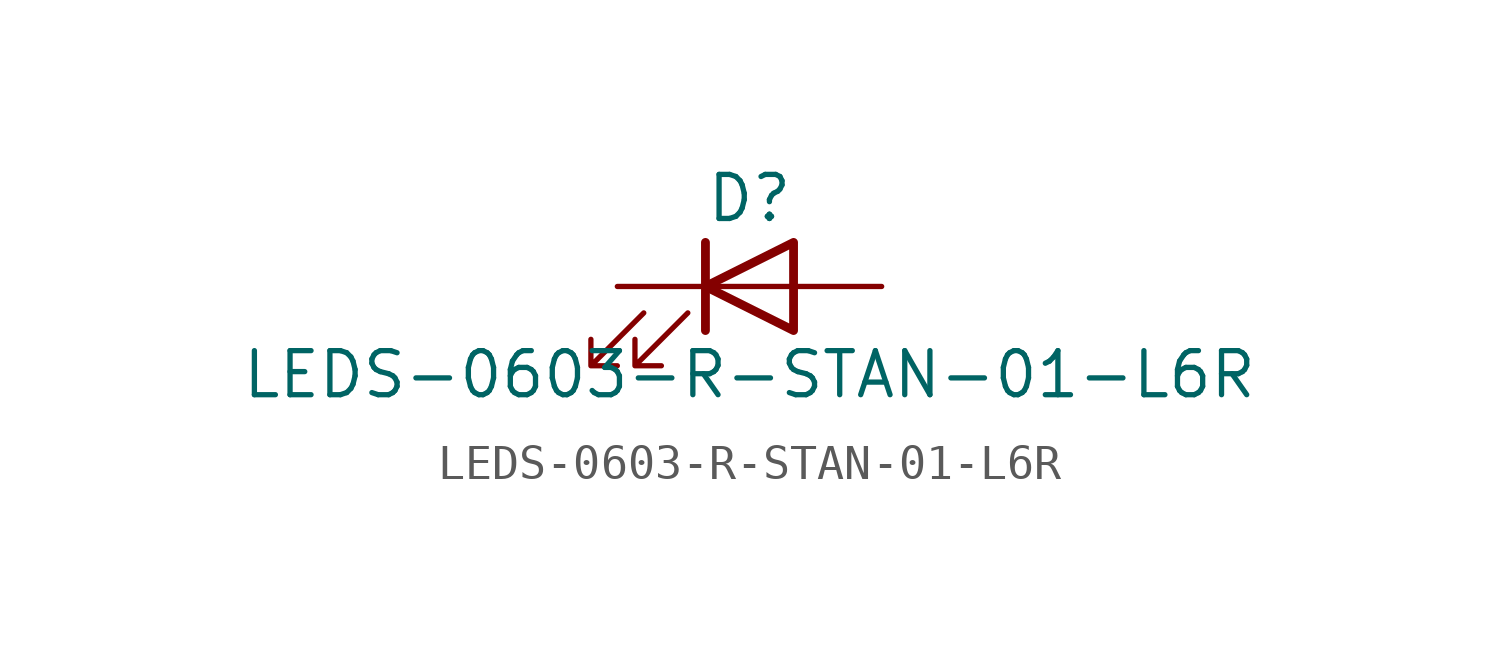
<source format=kicad_sym>
(kicad_symbol_lib
  (version 20211014)
  (generator kicad_symbol_editor)
  (symbol "LEDS-0603-R-STAN-01-L6R"
    (pin_numbers hide)
    (pin_names
      (offset 1.016) hide)
    (property "Reference" "D"
      (at 0 2.54 0)
      (effects (font (size 1.27 1.27))))
    (property "Value" "LEDS-0603-R-STAN-01-L6R"
      (at 0 -2.54 0)
      (effects (font (size 1.27 1.27))))
    (symbol "LEDS-0603-R-STAN-01-L6R_0_1"
      (polyline (pts (xy -1.27 -1.27) (xy -1.27 1.27)) (stroke (width 0.254) (type default) (color 0 0 0 0)) (fill (type none)))
      (polyline (pts (xy -1.27 0) (xy 1.27 0)) (stroke (width 0) (type default) (color 0 0 0 0)) (fill (type none)))
      (polyline (pts (xy 1.27 -1.27) (xy 1.27 1.27) (xy -1.27 0) (xy 1.27 -1.27)) (stroke (width 0.254) (type default) (color 0 0 0 0)) (fill (type none)))
      (polyline (pts (xy -3.048 -0.762) (xy -4.572 -2.286) (xy -3.81 -2.286) (xy -4.572 -2.286) (xy -4.572 -1.524)) (stroke (width 0) (type default) (color 0 0 0 0)) (fill (type none)))
      (polyline (pts (xy -1.778 -0.762) (xy -3.302 -2.286) (xy -2.54 -2.286) (xy -3.302 -2.286) (xy -3.302 -1.524)) (stroke (width 0) (type default) (color 0 0 0 0)) (fill (type none))))
    (symbol "LEDS-0603-R-STAN-01-L6R_1_1"
      (pin passive line (at -3.81 0 0) (length 2.54) (name "K" (effects (font (size 1.27 1.27)))) (number "1" (effects (font (size 1.27 1.27)))))
      (pin passive line (at 3.81 0 180) (length 2.54) (name "A" (effects (font (size 1.27 1.27)))) (number "2" (effects (font (size 1.27 1.27))))))))
</source>
